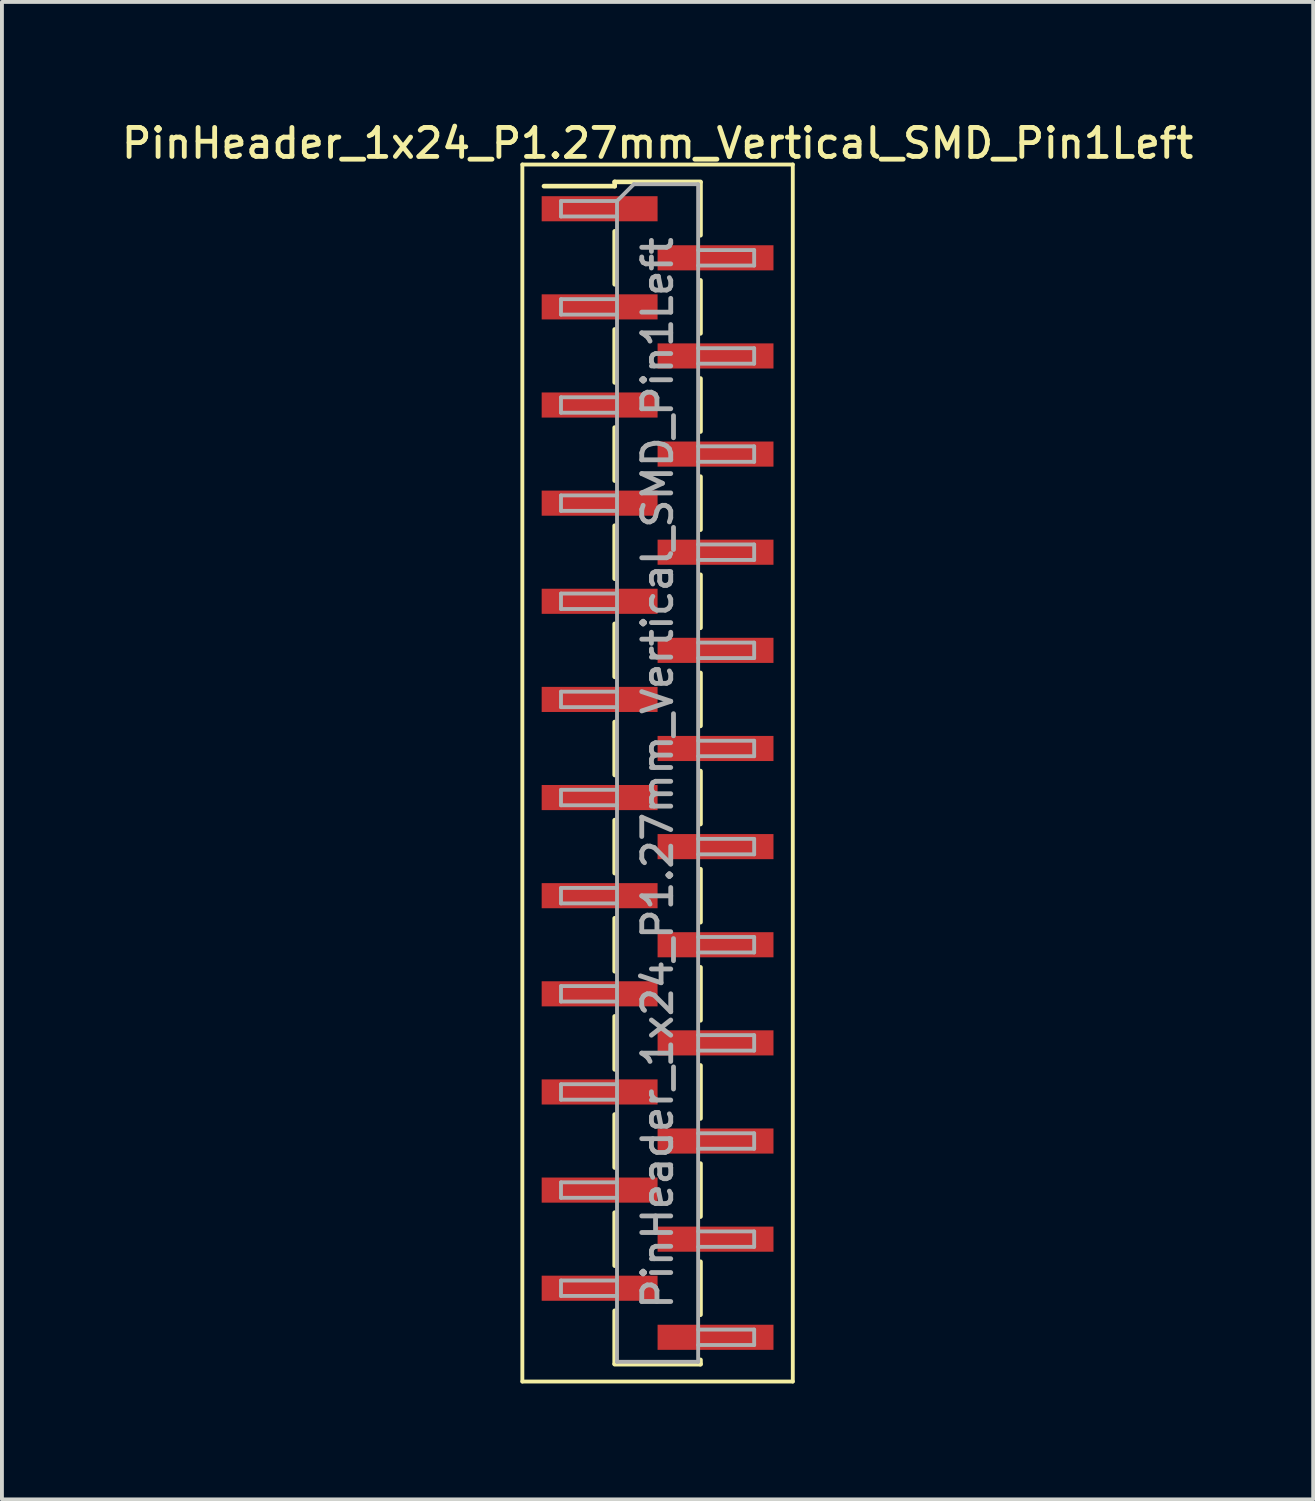
<source format=kicad_pcb>
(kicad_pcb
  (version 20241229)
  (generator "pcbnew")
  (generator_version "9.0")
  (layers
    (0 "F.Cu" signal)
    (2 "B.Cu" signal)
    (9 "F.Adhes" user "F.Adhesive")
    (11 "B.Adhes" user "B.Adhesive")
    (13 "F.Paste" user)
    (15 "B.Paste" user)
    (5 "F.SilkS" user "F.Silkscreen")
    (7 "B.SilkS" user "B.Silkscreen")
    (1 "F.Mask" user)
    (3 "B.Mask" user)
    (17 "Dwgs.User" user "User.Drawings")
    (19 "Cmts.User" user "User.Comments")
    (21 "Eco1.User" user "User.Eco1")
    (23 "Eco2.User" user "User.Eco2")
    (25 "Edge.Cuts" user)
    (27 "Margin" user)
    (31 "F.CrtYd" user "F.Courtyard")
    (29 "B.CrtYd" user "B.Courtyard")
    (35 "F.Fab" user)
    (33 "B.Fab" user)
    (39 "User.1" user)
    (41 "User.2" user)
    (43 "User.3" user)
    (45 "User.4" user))
  (footprint "PinHeader_1x24_P1.27mm_Vertical_SMD_Pin1Left"
    (layer "F.Cu")
    (at 13.97 16.958)
    (property "Reference" "PinHeader_1x24_P1.27mm_Vertical_SMD_Pin1Left" (at 0 -16.3 0) (layer "F.SilkS") (effects (font (size 0.75 0.75) (thickness 0.125))))
    (attr smd)
    (fp_line (start -3.5 -15.75) (end -3.5 15.75) (stroke (width 0.1) (type solid)) (layer "F.SilkS"))
    (fp_line (start -3.5 15.75) (end 3.5 15.75) (stroke (width 0.1) (type solid)) (layer "F.SilkS"))
    (fp_line (start -1.11 -15.3) (end -1.11 -15.19) (stroke (width 0.12) (type solid)) (layer "F.SilkS"))
    (fp_line (start -1.11 -15.3) (end 1.11 -15.3) (stroke (width 0.12) (type solid)) (layer "F.SilkS"))
    (fp_line (start -1.11 -15.19) (end -2.94 -15.19) (stroke (width 0.12) (type solid)) (layer "F.SilkS"))
    (fp_line (start -1.11 -14.02) (end -1.11 -12.65) (stroke (width 0.12) (type solid)) (layer "F.SilkS"))
    (fp_line (start -1.11 -11.48) (end -1.11 -10.11) (stroke (width 0.12) (type solid)) (layer "F.SilkS"))
    (fp_line (start -1.11 -8.94) (end -1.11 -7.57) (stroke (width 0.12) (type solid)) (layer "F.SilkS"))
    (fp_line (start -1.11 -6.4) (end -1.11 -5.03) (stroke (width 0.12) (type solid)) (layer "F.SilkS"))
    (fp_line (start -1.11 -3.86) (end -1.11 -2.49) (stroke (width 0.12) (type solid)) (layer "F.SilkS"))
    (fp_line (start -1.11 -1.32) (end -1.11 0.05) (stroke (width 0.12) (type solid)) (layer "F.SilkS"))
    (fp_line (start -1.11 1.22) (end -1.11 2.59) (stroke (width 0.12) (type solid)) (layer "F.SilkS"))
    (fp_line (start -1.11 3.76) (end -1.11 5.13) (stroke (width 0.12) (type solid)) (layer "F.SilkS"))
    (fp_line (start -1.11 6.3) (end -1.11 7.67) (stroke (width 0.12) (type solid)) (layer "F.SilkS"))
    (fp_line (start -1.11 8.84) (end -1.11 10.21) (stroke (width 0.12) (type solid)) (layer "F.SilkS"))
    (fp_line (start -1.11 11.38) (end -1.11 12.75) (stroke (width 0.12) (type solid)) (layer "F.SilkS"))
    (fp_line (start -1.11 13.92) (end -1.11 15.29) (stroke (width 0.12) (type solid)) (layer "F.SilkS"))
    (fp_line (start -1.11 15.3) (end 1.11 15.3) (stroke (width 0.12) (type solid)) (layer "F.SilkS"))
    (fp_line (start 1.11 -15.29) (end 1.11 -13.92) (stroke (width 0.12) (type solid)) (layer "F.SilkS"))
    (fp_line (start 1.11 -12.75) (end 1.11 -11.38) (stroke (width 0.12) (type solid)) (layer "F.SilkS"))
    (fp_line (start 1.11 -10.21) (end 1.11 -8.84) (stroke (width 0.12) (type solid)) (layer "F.SilkS"))
    (fp_line (start 1.11 -7.67) (end 1.11 -6.3) (stroke (width 0.12) (type solid)) (layer "F.SilkS"))
    (fp_line (start 1.11 -5.13) (end 1.11 -3.76) (stroke (width 0.12) (type solid)) (layer "F.SilkS"))
    (fp_line (start 1.11 -2.59) (end 1.11 -1.22) (stroke (width 0.12) (type solid)) (layer "F.SilkS"))
    (fp_line (start 1.11 -0.05) (end 1.11 1.32) (stroke (width 0.12) (type solid)) (layer "F.SilkS"))
    (fp_line (start 1.11 2.49) (end 1.11 3.86) (stroke (width 0.12) (type solid)) (layer "F.SilkS"))
    (fp_line (start 1.11 5.03) (end 1.11 6.4) (stroke (width 0.12) (type solid)) (layer "F.SilkS"))
    (fp_line (start 1.11 7.57) (end 1.11 8.94) (stroke (width 0.12) (type solid)) (layer "F.SilkS"))
    (fp_line (start 1.11 10.11) (end 1.11 11.48) (stroke (width 0.12) (type solid)) (layer "F.SilkS"))
    (fp_line (start 1.11 12.65) (end 1.11 14.02) (stroke (width 0.12) (type solid)) (layer "F.SilkS"))
    (fp_line (start 1.11 15.19) (end 1.11 15.3) (stroke (width 0.12) (type solid)) (layer "F.SilkS"))
    (fp_line (start 3.5 -15.75) (end -3.5 -15.75) (stroke (width 0.1) (type solid)) (layer "F.SilkS"))
    (fp_line (start 3.5 15.75) (end 3.5 -15.75) (stroke (width 0.1) (type solid)) (layer "F.SilkS"))
    (fp_line (start -2.5 -14.805) (end -2.5 -14.405) (stroke (width 0.1) (type solid)) (layer "F.Fab"))
    (fp_line (start -2.5 -14.405) (end -1.05 -14.405) (stroke (width 0.1) (type solid)) (layer "F.Fab"))
    (fp_line (start -2.5 -12.265) (end -2.5 -11.865) (stroke (width 0.1) (type solid)) (layer "F.Fab"))
    (fp_line (start -2.5 -11.865) (end -1.05 -11.865) (stroke (width 0.1) (type solid)) (layer "F.Fab"))
    (fp_line (start -2.5 -9.725) (end -2.5 -9.325) (stroke (width 0.1) (type solid)) (layer "F.Fab"))
    (fp_line (start -2.5 -9.325) (end -1.05 -9.325) (stroke (width 0.1) (type solid)) (layer "F.Fab"))
    (fp_line (start -2.5 -7.185) (end -2.5 -6.785) (stroke (width 0.1) (type solid)) (layer "F.Fab"))
    (fp_line (start -2.5 -6.785) (end -1.05 -6.785) (stroke (width 0.1) (type solid)) (layer "F.Fab"))
    (fp_line (start -2.5 -4.645) (end -2.5 -4.245) (stroke (width 0.1) (type solid)) (layer "F.Fab"))
    (fp_line (start -2.5 -4.245) (end -1.05 -4.245) (stroke (width 0.1) (type solid)) (layer "F.Fab"))
    (fp_line (start -2.5 -2.105) (end -2.5 -1.705) (stroke (width 0.1) (type solid)) (layer "F.Fab"))
    (fp_line (start -2.5 -1.705) (end -1.05 -1.705) (stroke (width 0.1) (type solid)) (layer "F.Fab"))
    (fp_line (start -2.5 0.435) (end -2.5 0.835) (stroke (width 0.1) (type solid)) (layer "F.Fab"))
    (fp_line (start -2.5 0.835) (end -1.05 0.835) (stroke (width 0.1) (type solid)) (layer "F.Fab"))
    (fp_line (start -2.5 2.975) (end -2.5 3.375) (stroke (width 0.1) (type solid)) (layer "F.Fab"))
    (fp_line (start -2.5 3.375) (end -1.05 3.375) (stroke (width 0.1) (type solid)) (layer "F.Fab"))
    (fp_line (start -2.5 5.515) (end -2.5 5.915) (stroke (width 0.1) (type solid)) (layer "F.Fab"))
    (fp_line (start -2.5 5.915) (end -1.05 5.915) (stroke (width 0.1) (type solid)) (layer "F.Fab"))
    (fp_line (start -2.5 8.055) (end -2.5 8.455) (stroke (width 0.1) (type solid)) (layer "F.Fab"))
    (fp_line (start -2.5 8.455) (end -1.05 8.455) (stroke (width 0.1) (type solid)) (layer "F.Fab"))
    (fp_line (start -2.5 10.595) (end -2.5 10.995) (stroke (width 0.1) (type solid)) (layer "F.Fab"))
    (fp_line (start -2.5 10.995) (end -1.05 10.995) (stroke (width 0.1) (type solid)) (layer "F.Fab"))
    (fp_line (start -2.5 13.135) (end -2.5 13.535) (stroke (width 0.1) (type solid)) (layer "F.Fab"))
    (fp_line (start -2.5 13.535) (end -1.05 13.535) (stroke (width 0.1) (type solid)) (layer "F.Fab"))
    (fp_line (start -1.05 -14.805) (end -2.5 -14.805) (stroke (width 0.1) (type solid)) (layer "F.Fab"))
    (fp_line (start -1.05 -14.805) (end -0.615 -15.24) (stroke (width 0.1) (type solid)) (layer "F.Fab"))
    (fp_line (start -1.05 -12.265) (end -2.5 -12.265) (stroke (width 0.1) (type solid)) (layer "F.Fab"))
    (fp_line (start -1.05 -9.725) (end -2.5 -9.725) (stroke (width 0.1) (type solid)) (layer "F.Fab"))
    (fp_line (start -1.05 -7.185) (end -2.5 -7.185) (stroke (width 0.1) (type solid)) (layer "F.Fab"))
    (fp_line (start -1.05 -4.645) (end -2.5 -4.645) (stroke (width 0.1) (type solid)) (layer "F.Fab"))
    (fp_line (start -1.05 -2.105) (end -2.5 -2.105) (stroke (width 0.1) (type solid)) (layer "F.Fab"))
    (fp_line (start -1.05 0.435) (end -2.5 0.435) (stroke (width 0.1) (type solid)) (layer "F.Fab"))
    (fp_line (start -1.05 2.975) (end -2.5 2.975) (stroke (width 0.1) (type solid)) (layer "F.Fab"))
    (fp_line (start -1.05 5.515) (end -2.5 5.515) (stroke (width 0.1) (type solid)) (layer "F.Fab"))
    (fp_line (start -1.05 8.055) (end -2.5 8.055) (stroke (width 0.1) (type solid)) (layer "F.Fab"))
    (fp_line (start -1.05 10.595) (end -2.5 10.595) (stroke (width 0.1) (type solid)) (layer "F.Fab"))
    (fp_line (start -1.05 13.135) (end -2.5 13.135) (stroke (width 0.1) (type solid)) (layer "F.Fab"))
    (fp_line (start -1.05 15.24) (end -1.05 -14.805) (stroke (width 0.1) (type solid)) (layer "F.Fab"))
    (fp_line (start -0.615 -15.24) (end 1.05 -15.24) (stroke (width 0.1) (type solid)) (layer "F.Fab"))
    (fp_line (start 1.05 -15.24) (end 1.05 15.24) (stroke (width 0.1) (type solid)) (layer "F.Fab"))
    (fp_line (start 1.05 -13.535) (end 2.5 -13.535) (stroke (width 0.1) (type solid)) (layer "F.Fab"))
    (fp_line (start 1.05 -10.995) (end 2.5 -10.995) (stroke (width 0.1) (type solid)) (layer "F.Fab"))
    (fp_line (start 1.05 -8.455) (end 2.5 -8.455) (stroke (width 0.1) (type solid)) (layer "F.Fab"))
    (fp_line (start 1.05 -5.915) (end 2.5 -5.915) (stroke (width 0.1) (type solid)) (layer "F.Fab"))
    (fp_line (start 1.05 -3.375) (end 2.5 -3.375) (stroke (width 0.1) (type solid)) (layer "F.Fab"))
    (fp_line (start 1.05 -0.835) (end 2.5 -0.835) (stroke (width 0.1) (type solid)) (layer "F.Fab"))
    (fp_line (start 1.05 1.705) (end 2.5 1.705) (stroke (width 0.1) (type solid)) (layer "F.Fab"))
    (fp_line (start 1.05 4.245) (end 2.5 4.245) (stroke (width 0.1) (type solid)) (layer "F.Fab"))
    (fp_line (start 1.05 6.785) (end 2.5 6.785) (stroke (width 0.1) (type solid)) (layer "F.Fab"))
    (fp_line (start 1.05 9.325) (end 2.5 9.325) (stroke (width 0.1) (type solid)) (layer "F.Fab"))
    (fp_line (start 1.05 11.865) (end 2.5 11.865) (stroke (width 0.1) (type solid)) (layer "F.Fab"))
    (fp_line (start 1.05 14.405) (end 2.5 14.405) (stroke (width 0.1) (type solid)) (layer "F.Fab"))
    (fp_line (start 1.05 15.24) (end -1.05 15.24) (stroke (width 0.1) (type solid)) (layer "F.Fab"))
    (fp_line (start 2.5 -13.535) (end 2.5 -13.135) (stroke (width 0.1) (type solid)) (layer "F.Fab"))
    (fp_line (start 2.5 -13.135) (end 1.05 -13.135) (stroke (width 0.1) (type solid)) (layer "F.Fab"))
    (fp_line (start 2.5 -10.995) (end 2.5 -10.595) (stroke (width 0.1) (type solid)) (layer "F.Fab"))
    (fp_line (start 2.5 -10.595) (end 1.05 -10.595) (stroke (width 0.1) (type solid)) (layer "F.Fab"))
    (fp_line (start 2.5 -8.455) (end 2.5 -8.055) (stroke (width 0.1) (type solid)) (layer "F.Fab"))
    (fp_line (start 2.5 -8.055) (end 1.05 -8.055) (stroke (width 0.1) (type solid)) (layer "F.Fab"))
    (fp_line (start 2.5 -5.915) (end 2.5 -5.515) (stroke (width 0.1) (type solid)) (layer "F.Fab"))
    (fp_line (start 2.5 -5.515) (end 1.05 -5.515) (stroke (width 0.1) (type solid)) (layer "F.Fab"))
    (fp_line (start 2.5 -3.375) (end 2.5 -2.975) (stroke (width 0.1) (type solid)) (layer "F.Fab"))
    (fp_line (start 2.5 -2.975) (end 1.05 -2.975) (stroke (width 0.1) (type solid)) (layer "F.Fab"))
    (fp_line (start 2.5 -0.835) (end 2.5 -0.435) (stroke (width 0.1) (type solid)) (layer "F.Fab"))
    (fp_line (start 2.5 -0.435) (end 1.05 -0.435) (stroke (width 0.1) (type solid)) (layer "F.Fab"))
    (fp_line (start 2.5 1.705) (end 2.5 2.105) (stroke (width 0.1) (type solid)) (layer "F.Fab"))
    (fp_line (start 2.5 2.105) (end 1.05 2.105) (stroke (width 0.1) (type solid)) (layer "F.Fab"))
    (fp_line (start 2.5 4.245) (end 2.5 4.645) (stroke (width 0.1) (type solid)) (layer "F.Fab"))
    (fp_line (start 2.5 4.645) (end 1.05 4.645) (stroke (width 0.1) (type solid)) (layer "F.Fab"))
    (fp_line (start 2.5 6.785) (end 2.5 7.185) (stroke (width 0.1) (type solid)) (layer "F.Fab"))
    (fp_line (start 2.5 7.185) (end 1.05 7.185) (stroke (width 0.1) (type solid)) (layer "F.Fab"))
    (fp_line (start 2.5 9.325) (end 2.5 9.725) (stroke (width 0.1) (type solid)) (layer "F.Fab"))
    (fp_line (start 2.5 9.725) (end 1.05 9.725) (stroke (width 0.1) (type solid)) (layer "F.Fab"))
    (fp_line (start 2.5 11.865) (end 2.5 12.265) (stroke (width 0.1) (type solid)) (layer "F.Fab"))
    (fp_line (start 2.5 12.265) (end 1.05 12.265) (stroke (width 0.1) (type solid)) (layer "F.Fab"))
    (fp_line (start 2.5 14.405) (end 2.5 14.805) (stroke (width 0.1) (type solid)) (layer "F.Fab"))
    (fp_line (start 2.5 14.805) (end 1.05 14.805) (stroke (width 0.1) (type solid)) (layer "F.Fab"))
    (fp_text user "${REFERENCE}" (at 0 0 90) (layer "F.Fab") (effects (font (size 0.75 0.75) (thickness 0.125))))
    (pad "1" smd rect (at -1.5 -14.605) (size 3 0.65) (layers "F.Cu" "F.Mask" "F.Paste"))
    (pad "2" smd rect (at 1.5 -13.335) (size 3 0.65) (layers "F.Cu" "F.Mask" "F.Paste"))
    (pad "3" smd rect (at -1.5 -12.065) (size 3 0.65) (layers "F.Cu" "F.Mask" "F.Paste"))
    (pad "4" smd rect (at 1.5 -10.795) (size 3 0.65) (layers "F.Cu" "F.Mask" "F.Paste"))
    (pad "5" smd rect (at -1.5 -9.525) (size 3 0.65) (layers "F.Cu" "F.Mask" "F.Paste"))
    (pad "6" smd rect (at 1.5 -8.255) (size 3 0.65) (layers "F.Cu" "F.Mask" "F.Paste"))
    (pad "7" smd rect (at -1.5 -6.985) (size 3 0.65) (layers "F.Cu" "F.Mask" "F.Paste"))
    (pad "8" smd rect (at 1.5 -5.715) (size 3 0.65) (layers "F.Cu" "F.Mask" "F.Paste"))
    (pad "9" smd rect (at -1.5 -4.445) (size 3 0.65) (layers "F.Cu" "F.Mask" "F.Paste"))
    (pad "10" smd rect (at 1.5 -3.175) (size 3 0.65) (layers "F.Cu" "F.Mask" "F.Paste"))
    (pad "11" smd rect (at -1.5 -1.905) (size 3 0.65) (layers "F.Cu" "F.Mask" "F.Paste"))
    (pad "12" smd rect (at 1.5 -0.635) (size 3 0.65) (layers "F.Cu" "F.Mask" "F.Paste"))
    (pad "13" smd rect (at -1.5 0.635) (size 3 0.65) (layers "F.Cu" "F.Mask" "F.Paste"))
    (pad "14" smd rect (at 1.5 1.905) (size 3 0.65) (layers "F.Cu" "F.Mask" "F.Paste"))
    (pad "15" smd rect (at -1.5 3.175) (size 3 0.65) (layers "F.Cu" "F.Mask" "F.Paste"))
    (pad "16" smd rect (at 1.5 4.445) (size 3 0.65) (layers "F.Cu" "F.Mask" "F.Paste"))
    (pad "17" smd rect (at -1.5 5.715) (size 3 0.65) (layers "F.Cu" "F.Mask" "F.Paste"))
    (pad "18" smd rect (at 1.5 6.985) (size 3 0.65) (layers "F.Cu" "F.Mask" "F.Paste"))
    (pad "19" smd rect (at -1.5 8.255) (size 3 0.65) (layers "F.Cu" "F.Mask" "F.Paste"))
    (pad "20" smd rect (at 1.5 9.525) (size 3 0.65) (layers "F.Cu" "F.Mask" "F.Paste"))
    (pad "21" smd rect (at -1.5 10.795) (size 3 0.65) (layers "F.Cu" "F.Mask" "F.Paste"))
    (pad "22" smd rect (at 1.5 12.065) (size 3 0.65) (layers "F.Cu" "F.Mask" "F.Paste"))
    (pad "23" smd rect (at -1.5 13.335) (size 3 0.65) (layers "F.Cu" "F.Mask" "F.Paste"))
    (pad "24" smd rect (at 1.5 14.605) (size 3 0.65) (layers "F.Cu" "F.Mask" "F.Paste")))
  (gr_rect
    (start -3 -3)
    (end 30.939 35.758)
    (stroke (width 0.1) (type default))
    (fill no)
    (layer "Edge.Cuts")))
</source>
